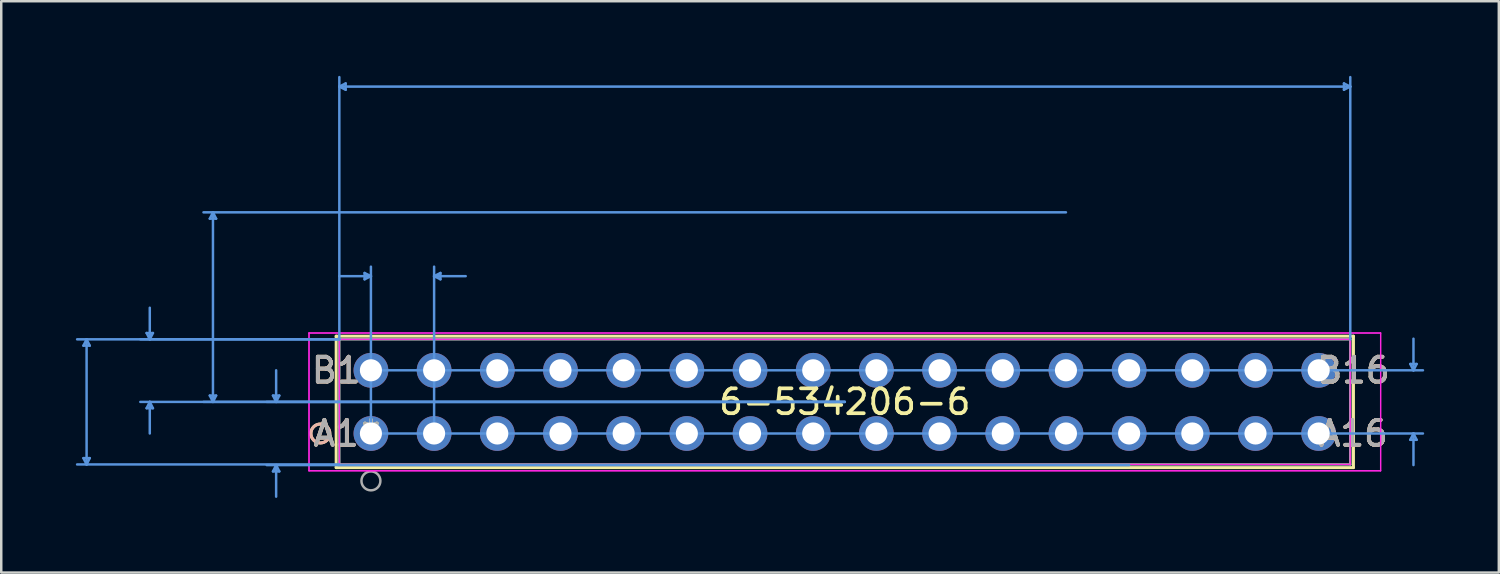
<source format=kicad_pcb>
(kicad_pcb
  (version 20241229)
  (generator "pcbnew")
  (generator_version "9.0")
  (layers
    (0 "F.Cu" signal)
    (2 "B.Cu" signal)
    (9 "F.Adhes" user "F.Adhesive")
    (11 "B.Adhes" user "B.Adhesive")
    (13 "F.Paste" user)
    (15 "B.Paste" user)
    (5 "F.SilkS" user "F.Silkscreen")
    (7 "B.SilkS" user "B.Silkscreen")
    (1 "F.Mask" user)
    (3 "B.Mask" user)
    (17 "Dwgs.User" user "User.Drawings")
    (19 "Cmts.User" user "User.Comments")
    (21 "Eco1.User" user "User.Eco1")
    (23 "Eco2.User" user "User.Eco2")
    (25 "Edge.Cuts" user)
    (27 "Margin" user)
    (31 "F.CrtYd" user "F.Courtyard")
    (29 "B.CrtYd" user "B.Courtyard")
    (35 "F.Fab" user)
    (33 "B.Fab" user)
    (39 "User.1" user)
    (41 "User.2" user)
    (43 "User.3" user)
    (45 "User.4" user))
  (footprint "6-534206-6"
    (layer "F.Cu")
    (at 11.861 14.376)
    (property "Reference" "6-534206-6" (at 19.05 -1.27 0) (layer "F.SilkS") (effects (font (size 1 1) (thickness 0.15))))
    (attr through_hole)
    (fp_line (start -1.397 -3.912) (end -1.397 1.372) (stroke (width 0.12) (type solid)) (layer "F.SilkS"))
    (fp_line (start -1.397 1.372) (end 39.497 1.372) (stroke (width 0.12) (type solid)) (layer "F.SilkS"))
    (fp_line (start 39.497 -3.912) (end -1.397 -3.912) (stroke (width 0.12) (type solid)) (layer "F.SilkS"))
    (fp_line (start 39.497 1.372) (end 39.497 -3.912) (stroke (width 0.12) (type solid)) (layer "F.SilkS"))
    (fp_circle (center -2.032 0) (end -1.651 0) (stroke (width 0.12) (type solid)) (fill no) (layer "F.SilkS"))
    (fp_circle (center -2.032 0) (end -1.651 0) (stroke (width 0.12) (type solid)) (fill no) (layer "B.SilkS"))
    (fp_line (start -11.557 -3.531) (end -11.303 -3.531) (stroke (width 0.1) (type solid)) (layer "Cmts.User"))
    (fp_line (start -11.557 0.991) (end -11.303 0.991) (stroke (width 0.1) (type solid)) (layer "Cmts.User"))
    (fp_line (start -11.43 -3.785) (end -11.557 -3.531) (stroke (width 0.1) (type solid)) (layer "Cmts.User"))
    (fp_line (start -11.43 -3.785) (end -11.43 1.245) (stroke (width 0.1) (type solid)) (layer "Cmts.User"))
    (fp_line (start -11.43 -3.785) (end -11.303 -3.531) (stroke (width 0.1) (type solid)) (layer "Cmts.User"))
    (fp_line (start -11.43 1.245) (end -11.557 0.991) (stroke (width 0.1) (type solid)) (layer "Cmts.User"))
    (fp_line (start -11.43 1.245) (end -11.303 0.991) (stroke (width 0.1) (type solid)) (layer "Cmts.User"))
    (fp_line (start -9.017 -4.039) (end -8.763 -4.039) (stroke (width 0.1) (type solid)) (layer "Cmts.User"))
    (fp_line (start -9.017 -1.016) (end -8.763 -1.016) (stroke (width 0.1) (type solid)) (layer "Cmts.User"))
    (fp_line (start -8.89 -3.785) (end -9.017 -4.039) (stroke (width 0.1) (type solid)) (layer "Cmts.User"))
    (fp_line (start -8.89 -3.785) (end -8.89 -5.055) (stroke (width 0.1) (type solid)) (layer "Cmts.User"))
    (fp_line (start -8.89 -3.785) (end -8.763 -4.039) (stroke (width 0.1) (type solid)) (layer "Cmts.User"))
    (fp_line (start -8.89 -1.27) (end -9.017 -1.016) (stroke (width 0.1) (type solid)) (layer "Cmts.User"))
    (fp_line (start -8.89 -1.27) (end -8.89 0) (stroke (width 0.1) (type solid)) (layer "Cmts.User"))
    (fp_line (start -8.89 -1.27) (end -8.763 -1.016) (stroke (width 0.1) (type solid)) (layer "Cmts.User"))
    (fp_line (start -6.477 -8.636) (end -6.223 -8.636) (stroke (width 0.1) (type solid)) (layer "Cmts.User"))
    (fp_line (start -6.477 -1.524) (end -6.223 -1.524) (stroke (width 0.1) (type solid)) (layer "Cmts.User"))
    (fp_line (start -6.35 -8.89) (end -6.477 -8.636) (stroke (width 0.1) (type solid)) (layer "Cmts.User"))
    (fp_line (start -6.35 -8.89) (end -6.35 -1.27) (stroke (width 0.1) (type solid)) (layer "Cmts.User"))
    (fp_line (start -6.35 -8.89) (end -6.223 -8.636) (stroke (width 0.1) (type solid)) (layer "Cmts.User"))
    (fp_line (start -6.35 -1.27) (end -6.477 -1.524) (stroke (width 0.1) (type solid)) (layer "Cmts.User"))
    (fp_line (start -6.35 -1.27) (end -6.223 -1.524) (stroke (width 0.1) (type solid)) (layer "Cmts.User"))
    (fp_line (start -3.937 -1.524) (end -3.683 -1.524) (stroke (width 0.1) (type solid)) (layer "Cmts.User"))
    (fp_line (start -3.937 1.524) (end -3.683 1.524) (stroke (width 0.1) (type solid)) (layer "Cmts.User"))
    (fp_line (start -3.81 -1.27) (end -3.937 -1.524) (stroke (width 0.1) (type solid)) (layer "Cmts.User"))
    (fp_line (start -3.81 -1.27) (end -3.81 -2.54) (stroke (width 0.1) (type solid)) (layer "Cmts.User"))
    (fp_line (start -3.81 -1.27) (end -3.683 -1.524) (stroke (width 0.1) (type solid)) (layer "Cmts.User"))
    (fp_line (start -3.81 1.27) (end -3.937 1.524) (stroke (width 0.1) (type solid)) (layer "Cmts.User"))
    (fp_line (start -3.81 1.27) (end -3.81 2.54) (stroke (width 0.1) (type solid)) (layer "Cmts.User"))
    (fp_line (start -3.81 1.27) (end -3.683 1.524) (stroke (width 0.1) (type solid)) (layer "Cmts.User"))
    (fp_line (start -1.27 -13.945) (end -1.016 -14.072) (stroke (width 0.1) (type solid)) (layer "Cmts.User"))
    (fp_line (start -1.27 -13.945) (end -1.016 -13.818) (stroke (width 0.1) (type solid)) (layer "Cmts.User"))
    (fp_line (start -1.27 -13.945) (end 39.37 -13.945) (stroke (width 0.1) (type solid)) (layer "Cmts.User"))
    (fp_line (start -1.27 -3.785) (end -11.811 -3.785) (stroke (width 0.1) (type solid)) (layer "Cmts.User"))
    (fp_line (start -1.27 -3.785) (end -9.271 -3.785) (stroke (width 0.1) (type solid)) (layer "Cmts.User"))
    (fp_line (start -1.27 -3.785) (end -1.27 -14.326) (stroke (width 0.1) (type solid)) (layer "Cmts.User"))
    (fp_line (start -1.27 1.245) (end -11.811 1.245) (stroke (width 0.1) (type solid)) (layer "Cmts.User"))
    (fp_line (start -1.016 -14.072) (end -1.016 -13.818) (stroke (width 0.1) (type solid)) (layer "Cmts.User"))
    (fp_line (start -0.254 -6.452) (end -0.254 -6.198) (stroke (width 0.1) (type solid)) (layer "Cmts.User"))
    (fp_line (start 0 -6.325) (end -1.27 -6.325) (stroke (width 0.1) (type solid)) (layer "Cmts.User"))
    (fp_line (start 0 -6.325) (end -0.254 -6.452) (stroke (width 0.1) (type solid)) (layer "Cmts.User"))
    (fp_line (start 0 -6.325) (end -0.254 -6.198) (stroke (width 0.1) (type solid)) (layer "Cmts.User"))
    (fp_line (start 0 -2.54) (end 42.291 -2.54) (stroke (width 0.1) (type solid)) (layer "Cmts.User"))
    (fp_line (start 0 0) (end 0 -6.706) (stroke (width 0.1) (type solid)) (layer "Cmts.User"))
    (fp_line (start 0 0) (end 42.291 0) (stroke (width 0.1) (type solid)) (layer "Cmts.User"))
    (fp_line (start 2.54 -6.325) (end 2.794 -6.452) (stroke (width 0.1) (type solid)) (layer "Cmts.User"))
    (fp_line (start 2.54 -6.325) (end 2.794 -6.198) (stroke (width 0.1) (type solid)) (layer "Cmts.User"))
    (fp_line (start 2.54 -6.325) (end 3.81 -6.325) (stroke (width 0.1) (type solid)) (layer "Cmts.User"))
    (fp_line (start 2.54 0) (end 2.54 -6.706) (stroke (width 0.1) (type solid)) (layer "Cmts.User"))
    (fp_line (start 2.794 -6.452) (end 2.794 -6.198) (stroke (width 0.1) (type solid)) (layer "Cmts.User"))
    (fp_line (start 19.05 -1.27) (end -9.271 -1.27) (stroke (width 0.1) (type solid)) (layer "Cmts.User"))
    (fp_line (start 19.05 -1.27) (end -6.731 -1.27) (stroke (width 0.1) (type solid)) (layer "Cmts.User"))
    (fp_line (start 19.05 -1.27) (end -4.191 -1.27) (stroke (width 0.1) (type solid)) (layer "Cmts.User"))
    (fp_line (start 27.94 -8.89) (end -6.731 -8.89) (stroke (width 0.1) (type solid)) (layer "Cmts.User"))
    (fp_line (start 30.48 1.27) (end -4.191 1.27) (stroke (width 0.1) (type solid)) (layer "Cmts.User"))
    (fp_line (start 39.116 -14.072) (end 39.116 -13.818) (stroke (width 0.1) (type solid)) (layer "Cmts.User"))
    (fp_line (start 39.37 -13.945) (end 39.116 -14.072) (stroke (width 0.1) (type solid)) (layer "Cmts.User"))
    (fp_line (start 39.37 -13.945) (end 39.116 -13.818) (stroke (width 0.1) (type solid)) (layer "Cmts.User"))
    (fp_line (start 39.37 -3.785) (end 39.37 -14.326) (stroke (width 0.1) (type solid)) (layer "Cmts.User"))
    (fp_line (start 41.783 -2.794) (end 42.037 -2.794) (stroke (width 0.1) (type solid)) (layer "Cmts.User"))
    (fp_line (start 41.783 0.254) (end 42.037 0.254) (stroke (width 0.1) (type solid)) (layer "Cmts.User"))
    (fp_line (start 41.91 -2.54) (end 41.783 -2.794) (stroke (width 0.1) (type solid)) (layer "Cmts.User"))
    (fp_line (start 41.91 -2.54) (end 41.91 -3.81) (stroke (width 0.1) (type solid)) (layer "Cmts.User"))
    (fp_line (start 41.91 -2.54) (end 42.037 -2.794) (stroke (width 0.1) (type solid)) (layer "Cmts.User"))
    (fp_line (start 41.91 0) (end 41.783 0.254) (stroke (width 0.1) (type solid)) (layer "Cmts.User"))
    (fp_line (start 41.91 0) (end 41.91 1.27) (stroke (width 0.1) (type solid)) (layer "Cmts.User"))
    (fp_line (start 41.91 0) (end 42.037 0.254) (stroke (width 0.1) (type solid)) (layer "Cmts.User"))
    (fp_line (start -2.489 -4.039) (end -2.489 1.499) (stroke (width 0.05) (type solid)) (layer "F.CrtYd"))
    (fp_line (start -2.489 -4.039) (end -2.489 1.499) (stroke (width 0.05) (type solid)) (layer "F.CrtYd"))
    (fp_line (start -2.489 1.499) (end 40.589 1.499) (stroke (width 0.05) (type solid)) (layer "F.CrtYd"))
    (fp_line (start -2.489 1.499) (end 40.589 1.499) (stroke (width 0.05) (type solid)) (layer "F.CrtYd"))
    (fp_line (start -1.27 -3.785) (end -1.27 1.245) (stroke (width 0.05) (type solid)) (layer "F.CrtYd"))
    (fp_line (start -1.27 1.245) (end 39.37 1.245) (stroke (width 0.05) (type solid)) (layer "F.CrtYd"))
    (fp_line (start 39.37 -3.785) (end -1.27 -3.785) (stroke (width 0.05) (type solid)) (layer "F.CrtYd"))
    (fp_line (start 39.37 1.245) (end 39.37 -3.785) (stroke (width 0.05) (type solid)) (layer "F.CrtYd"))
    (fp_line (start 40.589 -4.039) (end -2.489 -4.039) (stroke (width 0.05) (type solid)) (layer "F.CrtYd"))
    (fp_line (start 40.589 -4.039) (end -2.489 -4.039) (stroke (width 0.05) (type solid)) (layer "F.CrtYd"))
    (fp_line (start 40.589 1.499) (end 40.589 -4.039) (stroke (width 0.05) (type solid)) (layer "F.CrtYd"))
    (fp_line (start 40.589 1.499) (end 40.589 -4.039) (stroke (width 0.05) (type solid)) (layer "F.CrtYd"))
    (fp_line (start -1.27 -3.785) (end -1.27 1.245) (stroke (width 0.1) (type solid)) (layer "F.Fab"))
    (fp_line (start -1.27 1.245) (end 39.37 1.245) (stroke (width 0.1) (type solid)) (layer "F.Fab"))
    (fp_line (start 39.37 -3.785) (end -1.27 -3.785) (stroke (width 0.1) (type solid)) (layer "F.Fab"))
    (fp_line (start 39.37 1.245) (end 39.37 -3.785) (stroke (width 0.1) (type solid)) (layer "F.Fab"))
    (fp_circle (center 0 1.905) (end 0.381 1.905) (stroke (width 0.1) (type solid)) (fill no) (layer "F.Fab"))
    (fp_text user "A16" (at 39.497 0 0) (layer "F.SilkS") (effects (font (size 1 1) (thickness 0.15))))
    (fp_text user "*" (at 0 0 0) (layer "F.SilkS") (effects (font (size 1 1) (thickness 0.15))))
    (fp_text user "B16" (at 39.497 -2.54 0) (layer "F.SilkS") (effects (font (size 1 1) (thickness 0.15))))
    (fp_text user "A1" (at -1.397 0 0) (layer "F.SilkS") (effects (font (size 1 1) (thickness 0.15))))
    (fp_text user "B1" (at -1.397 -2.54 0) (layer "F.SilkS") (effects (font (size 1 1) (thickness 0.15))))
    (fp_text user "A16" (at 39.497 0 0) (layer "B.SilkS") (effects (font (size 1 1) (thickness 0.15))))
    (fp_text user "A1" (at -1.397 0 0) (layer "B.SilkS") (effects (font (size 1 1) (thickness 0.15))))
    (fp_text user "B1" (at -1.397 -2.54 0) (layer "B.SilkS") (effects (font (size 1 1) (thickness 0.15))))
    (fp_text user "B16" (at 39.497 -2.54 0) (layer "B.SilkS") (effects (font (size 1 1) (thickness 0.15))))
    (fp_text user "Copyright 2021 Accelerated Designs. All rights reserved." (at 0 0 0) (layer "Cmts.User") (effects (font (size 0.127 0.127) (thickness 0.002))))
    (fp_text user "B1" (at -1.397 -2.54 0) (layer "F.Fab") (effects (font (size 1 1) (thickness 0.15))))
    (fp_text user "B16" (at 39.497 -2.54 0) (layer "F.Fab") (effects (font (size 1 1) (thickness 0.15))))
    (fp_text user "A16" (at 39.497 0 0) (layer "F.Fab") (effects (font (size 1 1) (thickness 0.15))))
    (fp_text user "*" (at 0 0 0) (layer "F.Fab") (effects (font (size 1 1) (thickness 0.15))))
    (fp_text user "A1" (at -1.397 0 0) (layer "F.Fab") (effects (font (size 1 1) (thickness 0.15))))
    (pad "A1" thru_hole circle (at 0 0) (size 1.397 1.397) (drill 0.889) (layers "*.Cu" "*.Mask"))
    (pad "A2" thru_hole circle (at 2.54 0) (size 1.397 1.397) (drill 0.889) (layers "*.Cu" "*.Mask"))
    (pad "A3" thru_hole circle (at 5.08 0) (size 1.397 1.397) (drill 0.889) (layers "*.Cu" "*.Mask"))
    (pad "A4" thru_hole circle (at 7.62 0) (size 1.397 1.397) (drill 0.889) (layers "*.Cu" "*.Mask"))
    (pad "A5" thru_hole circle (at 10.16 0) (size 1.397 1.397) (drill 0.889) (layers "*.Cu" "*.Mask"))
    (pad "A6" thru_hole circle (at 12.7 0) (size 1.397 1.397) (drill 0.889) (layers "*.Cu" "*.Mask"))
    (pad "A7" thru_hole circle (at 15.24 0) (size 1.397 1.397) (drill 0.889) (layers "*.Cu" "*.Mask"))
    (pad "A8" thru_hole circle (at 17.78 0) (size 1.397 1.397) (drill 0.889) (layers "*.Cu" "*.Mask"))
    (pad "A9" thru_hole circle (at 20.32 0) (size 1.397 1.397) (drill 0.889) (layers "*.Cu" "*.Mask"))
    (pad "A10" thru_hole circle (at 22.86 0) (size 1.397 1.397) (drill 0.889) (layers "*.Cu" "*.Mask"))
    (pad "A11" thru_hole circle (at 25.4 0) (size 1.397 1.397) (drill 0.889) (layers "*.Cu" "*.Mask"))
    (pad "A12" thru_hole circle (at 27.94 0) (size 1.397 1.397) (drill 0.889) (layers "*.Cu" "*.Mask"))
    (pad "A13" thru_hole circle (at 30.48 0) (size 1.397 1.397) (drill 0.889) (layers "*.Cu" "*.Mask"))
    (pad "A14" thru_hole circle (at 33.02 0) (size 1.397 1.397) (drill 0.889) (layers "*.Cu" "*.Mask"))
    (pad "A15" thru_hole circle (at 35.56 0) (size 1.397 1.397) (drill 0.889) (layers "*.Cu" "*.Mask"))
    (pad "A16" thru_hole circle (at 38.1 0) (size 1.397 1.397) (drill 0.889) (layers "*.Cu" "*.Mask"))
    (pad "B1" thru_hole circle (at 0 -2.54) (size 1.397 1.397) (drill 0.889) (layers "*.Cu" "*.Mask"))
    (pad "B2" thru_hole circle (at 2.54 -2.54) (size 1.397 1.397) (drill 0.889) (layers "*.Cu" "*.Mask"))
    (pad "B3" thru_hole circle (at 5.08 -2.54) (size 1.397 1.397) (drill 0.889) (layers "*.Cu" "*.Mask"))
    (pad "B4" thru_hole circle (at 7.62 -2.54) (size 1.397 1.397) (drill 0.889) (layers "*.Cu" "*.Mask"))
    (pad "B5" thru_hole circle (at 10.16 -2.54) (size 1.397 1.397) (drill 0.889) (layers "*.Cu" "*.Mask"))
    (pad "B6" thru_hole circle (at 12.7 -2.54) (size 1.397 1.397) (drill 0.889) (layers "*.Cu" "*.Mask"))
    (pad "B7" thru_hole circle (at 15.24 -2.54) (size 1.397 1.397) (drill 0.889) (layers "*.Cu" "*.Mask"))
    (pad "B8" thru_hole circle (at 17.78 -2.54) (size 1.397 1.397) (drill 0.889) (layers "*.Cu" "*.Mask"))
    (pad "B9" thru_hole circle (at 20.32 -2.54) (size 1.397 1.397) (drill 0.889) (layers "*.Cu" "*.Mask"))
    (pad "B10" thru_hole circle (at 22.86 -2.54) (size 1.397 1.397) (drill 0.889) (layers "*.Cu" "*.Mask"))
    (pad "B11" thru_hole circle (at 25.4 -2.54) (size 1.397 1.397) (drill 0.889) (layers "*.Cu" "*.Mask"))
    (pad "B12" thru_hole circle (at 27.94 -2.54) (size 1.397 1.397) (drill 0.889) (layers "*.Cu" "*.Mask"))
    (pad "B13" thru_hole circle (at 30.48 -2.54) (size 1.397 1.397) (drill 0.889) (layers "*.Cu" "*.Mask"))
    (pad "B14" thru_hole circle (at 33.02 -2.54) (size 1.397 1.397) (drill 0.889) (layers "*.Cu" "*.Mask"))
    (pad "B15" thru_hole circle (at 35.56 -2.54) (size 1.397 1.397) (drill 0.889) (layers "*.Cu" "*.Mask"))
    (pad "B16" thru_hole circle (at 38.1 -2.54) (size 1.397 1.397) (drill 0.889) (layers "*.Cu" "*.Mask")))
  (gr_rect
    (start -3 -3)
    (end 57.202 19.966)
    (stroke (width 0.1) (type default))
    (fill no)
    (layer "Edge.Cuts")))
</source>
